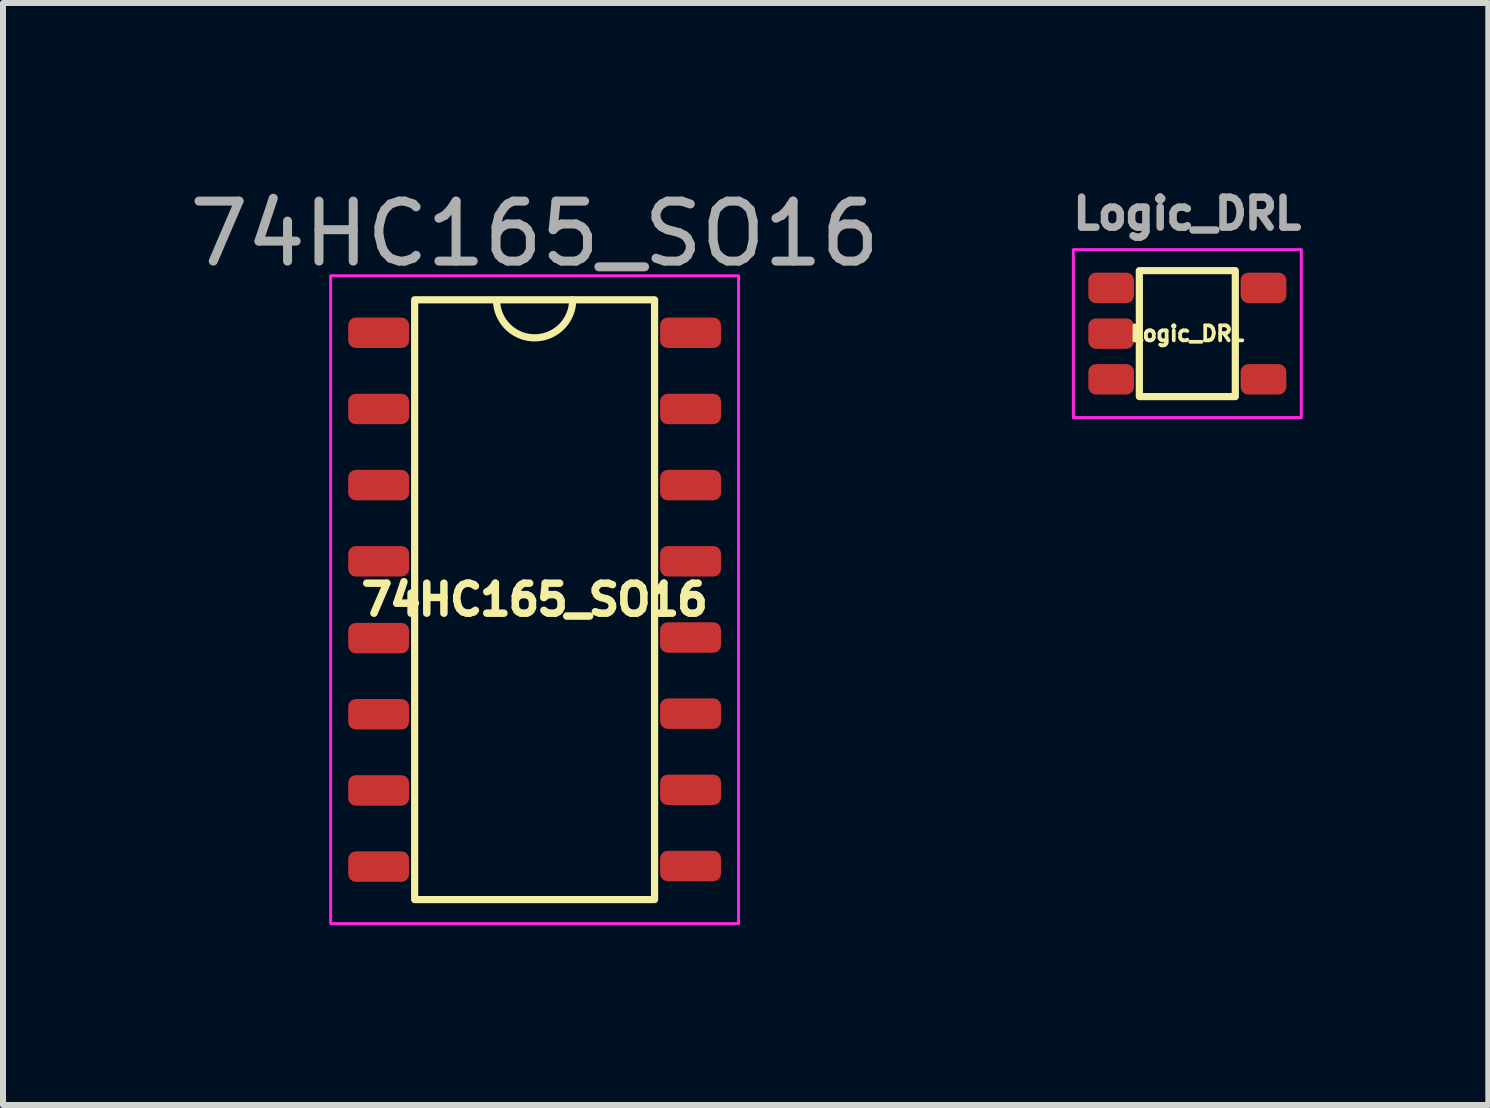
<source format=kicad_pcb>
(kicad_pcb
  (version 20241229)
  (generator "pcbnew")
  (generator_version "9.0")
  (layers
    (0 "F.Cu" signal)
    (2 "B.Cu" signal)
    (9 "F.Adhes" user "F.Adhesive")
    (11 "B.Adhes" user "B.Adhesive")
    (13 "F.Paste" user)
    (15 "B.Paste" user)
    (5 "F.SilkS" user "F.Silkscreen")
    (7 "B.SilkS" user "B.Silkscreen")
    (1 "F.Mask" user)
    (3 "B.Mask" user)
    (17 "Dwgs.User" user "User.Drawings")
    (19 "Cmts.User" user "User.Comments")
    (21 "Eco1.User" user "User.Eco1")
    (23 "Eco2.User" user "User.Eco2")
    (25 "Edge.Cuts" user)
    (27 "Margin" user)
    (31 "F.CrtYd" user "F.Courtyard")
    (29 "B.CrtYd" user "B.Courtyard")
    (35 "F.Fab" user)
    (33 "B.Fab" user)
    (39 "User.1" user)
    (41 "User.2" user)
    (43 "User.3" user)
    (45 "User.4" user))
  (footprint "Logic_DRL"
    (layer "F.Cu")
    (at 16.745 2.512)
    (property "Reference" "Logic_DRL" (at 0 0 0) (unlocked yes) (layer "F.SilkS") (effects (font (size 0.25 0.25) (thickness 0.062))))
    (attr smd)
    (fp_rect (start -0.8 -1.05) (end 0.8 1.05) (stroke (width 0.12) (type solid)) (fill no) (layer "F.SilkS"))
    (fp_rect (start -1.9 -1.4) (end 1.9 1.4) (stroke (width 0.05) (type solid)) (fill no) (layer "F.CrtYd"))
    (fp_text user "${REFERENCE}" (at 0 -2 0) (unlocked yes) (layer "F.Fab") (effects (font (size 0.5 0.5) (thickness 0.125))))
    (pad "1" smd roundrect (at -1.27 -0.762) (size 0.762 0.508) (layers "F.Cu" "F.Mask" "F.Paste") (roundrect_rratio 0.25))
    (pad "2" smd roundrect (at -1.27 0) (size 0.762 0.508) (layers "F.Cu" "F.Mask" "F.Paste") (roundrect_rratio 0.25))
    (pad "3" smd roundrect (at -1.27 0.762) (size 0.762 0.508) (layers "F.Cu" "F.Mask" "F.Paste") (roundrect_rratio 0.25))
    (pad "4" smd roundrect (at 1.27 0.762) (size 0.762 0.508) (layers "F.Cu" "F.Mask" "F.Paste") (roundrect_rratio 0.25))
    (pad "5" smd roundrect (at 1.27 -0.762) (size 0.762 0.508) (layers "F.Cu" "F.Mask" "F.Paste") (roundrect_rratio 0.25)))
  (footprint "74HC165_SO16"
    (layer "F.Cu")
    (at 5.863 6.948)
    (property "Reference" "74HC165_SO16" (at 0 0 0) (unlocked yes) (layer "F.SilkS") (effects (font (size 0.5 0.5) (thickness 0.125))))
    (attr smd)
    (fp_rect (start -2 -5) (end 2 5) (stroke (width 0.12) (type solid)) (fill no) (layer "F.SilkS"))
    (fp_arc (start 0.635 -5) (mid 0.027423 -4.365592) (end -0.632631 -4.945205) (stroke (width 0.12) (type solid)) (layer "F.SilkS"))
    (fp_rect (start -3.4 -5.4) (end 3.4 5.4) (stroke (width 0.05) (type solid)) (fill no) (layer "F.CrtYd"))
    (fp_text user "${REFERENCE}" (at 0 -6.1 0) (unlocked yes) (layer "F.Fab") (effects (font (size 1 1) (thickness 0.15))))
    (pad "1" smd roundrect (at -2.6 -4.45) (size 1.016 0.508) (layers "F.Cu" "F.Mask" "F.Paste") (roundrect_rratio 0.25))
    (pad "2" smd roundrect (at -2.6 -3.18) (size 1.016 0.508) (layers "F.Cu" "F.Mask" "F.Paste") (roundrect_rratio 0.25))
    (pad "3" smd roundrect (at -2.6 -1.91) (size 1.016 0.508) (layers "F.Cu" "F.Mask" "F.Paste") (roundrect_rratio 0.25))
    (pad "4" smd roundrect (at -2.6 -0.64) (size 1.016 0.508) (layers "F.Cu" "F.Mask" "F.Paste") (roundrect_rratio 0.25))
    (pad "5" smd roundrect (at -2.6 0.64) (size 1.016 0.508) (layers "F.Cu" "F.Mask" "F.Paste") (roundrect_rratio 0.25))
    (pad "6" smd roundrect (at -2.6 1.91) (size 1.016 0.508) (layers "F.Cu" "F.Mask" "F.Paste") (roundrect_rratio 0.25))
    (pad "7" smd roundrect (at -2.6 3.18) (size 1.016 0.508) (layers "F.Cu" "F.Mask" "F.Paste") (roundrect_rratio 0.25))
    (pad "8" smd roundrect (at -2.6 4.45) (size 1.016 0.508) (layers "F.Cu" "F.Mask" "F.Paste") (roundrect_rratio 0.25))
    (pad "9" smd roundrect (at 2.6 4.44) (size 1.016 0.508) (layers "F.Cu" "F.Mask" "F.Paste") (roundrect_rratio 0.25))
    (pad "10" smd roundrect (at 2.6 3.17) (size 1.016 0.508) (layers "F.Cu" "F.Mask" "F.Paste") (roundrect_rratio 0.25))
    (pad "11" smd roundrect (at 2.6 1.9) (size 1.016 0.508) (layers "F.Cu" "F.Mask" "F.Paste") (roundrect_rratio 0.25))
    (pad "12" smd roundrect (at 2.6 0.63) (size 1.016 0.508) (layers "F.Cu" "F.Mask" "F.Paste") (roundrect_rratio 0.25))
    (pad "13" smd roundrect (at 2.6 -0.64) (size 1.016 0.508) (layers "F.Cu" "F.Mask" "F.Paste") (roundrect_rratio 0.25))
    (pad "14" smd roundrect (at 2.6 -1.91) (size 1.016 0.508) (layers "F.Cu" "F.Mask" "F.Paste") (roundrect_rratio 0.25))
    (pad "15" smd roundrect (at 2.6 -3.18) (size 1.016 0.508) (layers "F.Cu" "F.Mask" "F.Paste") (roundrect_rratio 0.25))
    (pad "16" smd roundrect (at 2.6 -4.45) (size 1.016 0.508) (layers "F.Cu" "F.Mask" "F.Paste") (roundrect_rratio 0.25)))
  (gr_rect
    (start -3 -3)
    (end 21.763 15.373)
    (stroke (width 0.1) (type default))
    (fill no)
    (layer "Edge.Cuts")))
</source>
